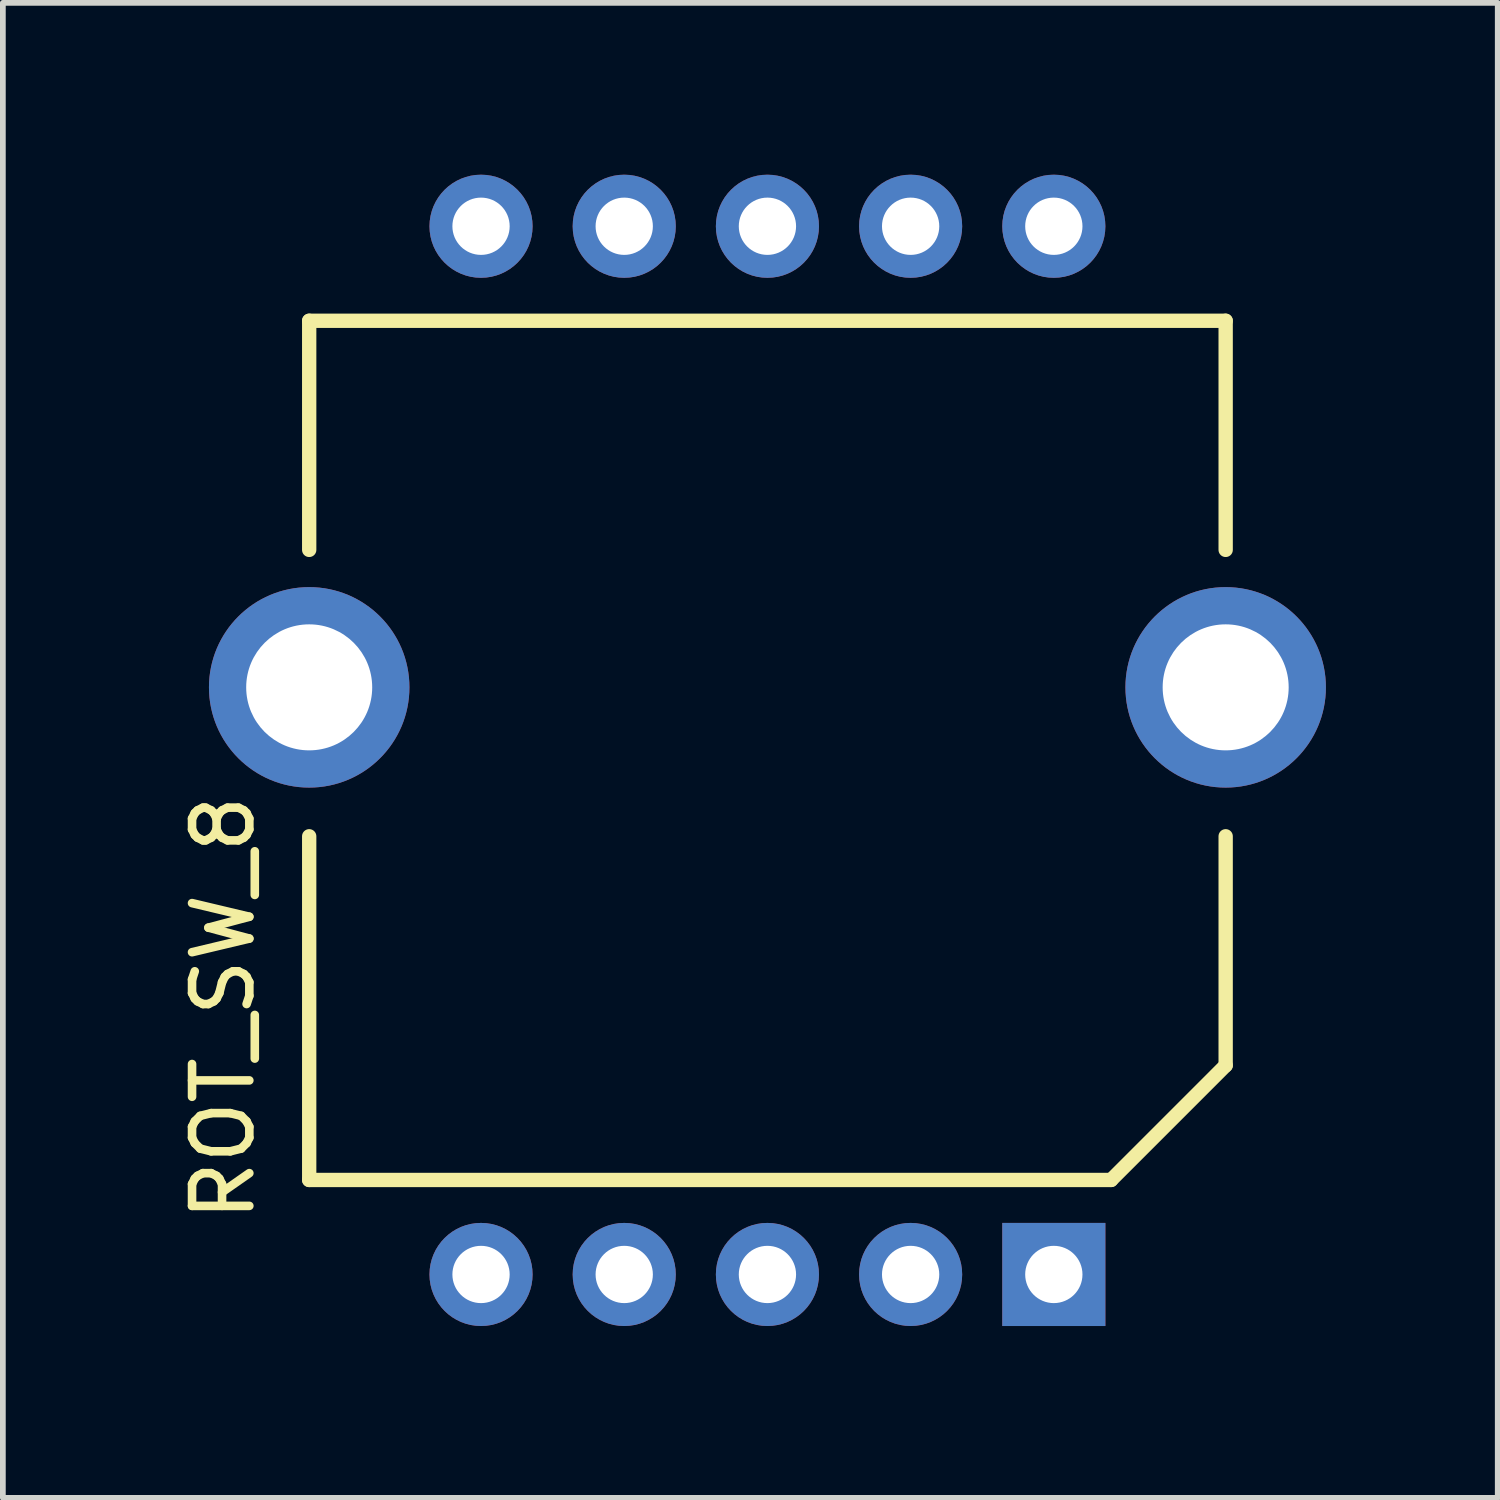
<source format=kicad_pcb>
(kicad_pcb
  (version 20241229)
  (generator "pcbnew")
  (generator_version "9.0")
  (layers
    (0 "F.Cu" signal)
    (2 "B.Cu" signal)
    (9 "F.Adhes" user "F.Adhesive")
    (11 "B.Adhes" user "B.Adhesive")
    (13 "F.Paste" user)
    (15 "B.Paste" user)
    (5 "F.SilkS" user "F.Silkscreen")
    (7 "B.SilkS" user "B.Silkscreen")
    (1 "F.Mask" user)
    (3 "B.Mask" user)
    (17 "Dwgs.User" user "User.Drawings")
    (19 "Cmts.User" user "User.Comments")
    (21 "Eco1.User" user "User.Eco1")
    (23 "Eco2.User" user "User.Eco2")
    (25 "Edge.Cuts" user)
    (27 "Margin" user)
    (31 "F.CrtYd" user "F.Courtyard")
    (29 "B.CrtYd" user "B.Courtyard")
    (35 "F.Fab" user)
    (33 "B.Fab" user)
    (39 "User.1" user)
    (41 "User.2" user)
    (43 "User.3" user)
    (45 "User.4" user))
  (footprint "ROT_SW_8"
    (layer "F.Cu")
    (at 10.348 10.05)
    (property "Reference" "ROT_SW_8" (at -9.5 4.5 90) (layer "F.SilkS") (effects (font (size 1 1) (thickness 0.15))))
    (attr through_hole)
    (fp_line (start -8 -7.5) (end 8 -7.5) (stroke (width 0.25) (type solid)) (layer "F.SilkS"))
    (fp_line (start -8 -3.5) (end -8 -7.5) (stroke (width 0.25) (type solid)) (layer "F.SilkS"))
    (fp_line (start -8 1.5) (end -8 7.5) (stroke (width 0.25) (type solid)) (layer "F.SilkS"))
    (fp_line (start -8 7.5) (end 6 7.5) (stroke (width 0.25) (type solid)) (layer "F.SilkS"))
    (fp_line (start 8 -7.5) (end 8 -3.5) (stroke (width 0.25) (type solid)) (layer "F.SilkS"))
    (fp_line (start 8 5.5) (end 6 7.5) (stroke (width 0.25) (type solid)) (layer "F.SilkS"))
    (fp_line (start 8 5.5) (end 8 1.5) (stroke (width 0.25) (type solid)) (layer "F.SilkS"))
    (pad "" np_thru_hole circle (at -8 -1.1) (size 3.5 3.5) (drill 2.2) (layers "*.Cu" "*.Mask"))
    (pad "" np_thru_hole circle (at 8 -1.1) (size 3.5 3.5) (drill 2.2) (layers "*.Cu" "*.Mask"))
    (pad "1" thru_hole rect (at 5 9.15) (size 1.8 1.8) (drill 1) (layers "*.Cu" "*.Mask"))
    (pad "2" thru_hole circle (at 2.5 9.15) (size 1.8 1.8) (drill 1) (layers "*.Cu" "*.Mask"))
    (pad "3" thru_hole circle (at 0 9.15) (size 1.8 1.8) (drill 1) (layers "*.Cu" "*.Mask"))
    (pad "4" thru_hole circle (at -2.5 9.15) (size 1.8 1.8) (drill 1) (layers "*.Cu" "*.Mask"))
    (pad "5" thru_hole circle (at -5 9.15) (size 1.8 1.8) (drill 1) (layers "*.Cu" "*.Mask"))
    (pad "6" thru_hole circle (at -5 -9.15) (size 1.8 1.8) (drill 1) (layers "*.Cu" "*.Mask"))
    (pad "7" thru_hole circle (at -2.5 -9.15) (size 1.8 1.8) (drill 1) (layers "*.Cu" "*.Mask"))
    (pad "8" thru_hole circle (at 0 -9.15) (size 1.8 1.8) (drill 1) (layers "*.Cu" "*.Mask"))
    (pad "9" thru_hole circle (at 2.5 -9.15) (size 1.8 1.8) (drill 1) (layers "*.Cu" "*.Mask"))
    (pad "10" thru_hole circle (at 5 -9.15) (size 1.8 1.8) (drill 1) (layers "*.Cu" "*.Mask")))
  (gr_rect
    (start -3 -3)
    (end 23.098 23.1)
    (stroke (width 0.1) (type default))
    (fill no)
    (layer "Edge.Cuts")))
</source>
